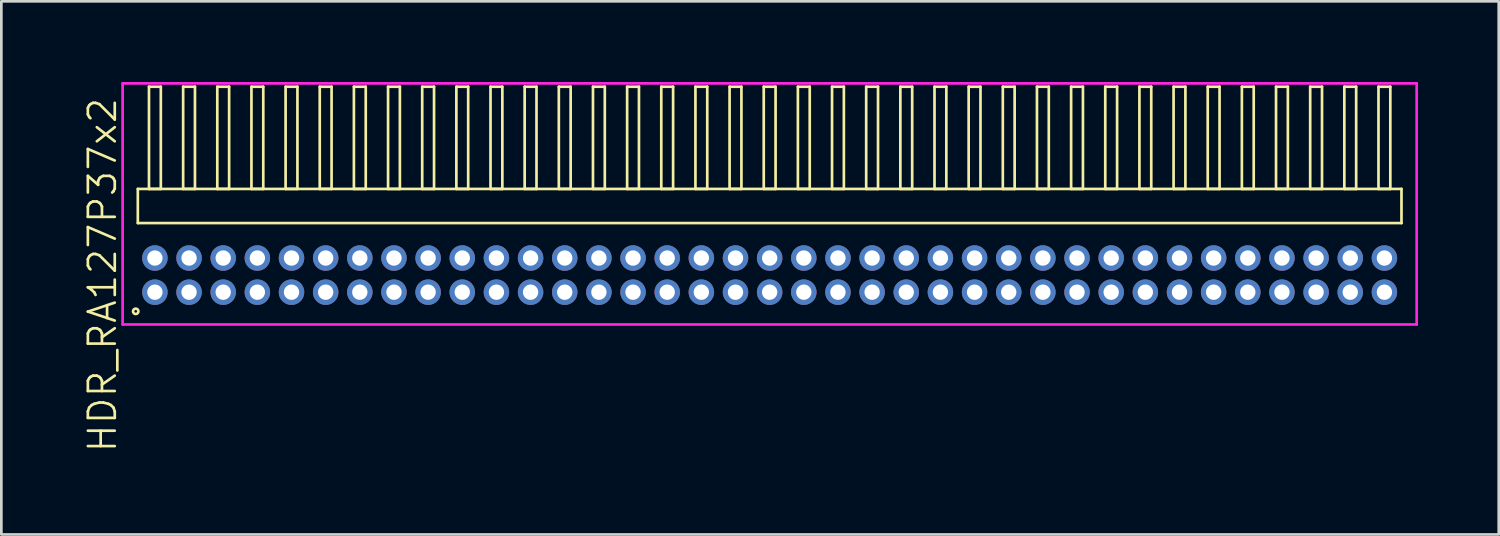
<source format=kicad_pcb>
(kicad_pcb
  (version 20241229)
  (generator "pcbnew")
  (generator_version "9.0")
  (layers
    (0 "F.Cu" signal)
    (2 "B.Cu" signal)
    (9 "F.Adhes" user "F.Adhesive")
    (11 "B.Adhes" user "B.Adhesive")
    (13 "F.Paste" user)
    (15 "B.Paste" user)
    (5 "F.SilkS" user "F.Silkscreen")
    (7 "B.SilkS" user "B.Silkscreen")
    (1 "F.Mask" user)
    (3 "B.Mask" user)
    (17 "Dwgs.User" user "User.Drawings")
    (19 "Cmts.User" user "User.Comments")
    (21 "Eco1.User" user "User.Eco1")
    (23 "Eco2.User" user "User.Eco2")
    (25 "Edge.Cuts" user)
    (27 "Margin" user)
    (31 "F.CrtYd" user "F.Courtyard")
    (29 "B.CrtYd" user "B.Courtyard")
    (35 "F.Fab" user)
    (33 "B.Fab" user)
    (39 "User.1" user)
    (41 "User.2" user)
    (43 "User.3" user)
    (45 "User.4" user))
  (footprint "HDR_RA127P37x2"
    (layer "F.Cu")
    (at 25.57 7.18)
    (property "Reference" "HDR_RA127P37x2" (at -24.81 0 90) (layer "F.SilkS") (effects (font (size 1 1) (thickness 0.1))))
    (attr through_hole)
    (fp_line (start -23.495 -3.205) (end -23.495 -1.935) (stroke (width 0.1) (type solid)) (layer "F.SilkS"))
    (fp_line (start -23.495 -1.935) (end 23.495 -1.935) (stroke (width 0.1) (type solid)) (layer "F.SilkS"))
    (fp_line (start -23.08 -7.005) (end -23.08 -3.205) (stroke (width 0.1) (type solid)) (layer "F.SilkS"))
    (fp_line (start -23.08 -3.205) (end -22.64 -3.205) (stroke (width 0.1) (type solid)) (layer "F.SilkS"))
    (fp_line (start -22.64 -7.005) (end -23.08 -7.005) (stroke (width 0.1) (type solid)) (layer "F.SilkS"))
    (fp_line (start -22.64 -3.205) (end -22.64 -7.005) (stroke (width 0.1) (type solid)) (layer "F.SilkS"))
    (fp_line (start -21.81 -7.005) (end -21.81 -3.205) (stroke (width 0.1) (type solid)) (layer "F.SilkS"))
    (fp_line (start -21.81 -3.205) (end -21.37 -3.205) (stroke (width 0.1) (type solid)) (layer "F.SilkS"))
    (fp_line (start -21.37 -7.005) (end -21.81 -7.005) (stroke (width 0.1) (type solid)) (layer "F.SilkS"))
    (fp_line (start -21.37 -3.205) (end -21.37 -7.005) (stroke (width 0.1) (type solid)) (layer "F.SilkS"))
    (fp_line (start -20.54 -7.005) (end -20.54 -3.205) (stroke (width 0.1) (type solid)) (layer "F.SilkS"))
    (fp_line (start -20.54 -3.205) (end -20.1 -3.205) (stroke (width 0.1) (type solid)) (layer "F.SilkS"))
    (fp_line (start -20.1 -7.005) (end -20.54 -7.005) (stroke (width 0.1) (type solid)) (layer "F.SilkS"))
    (fp_line (start -20.1 -3.205) (end -20.1 -7.005) (stroke (width 0.1) (type solid)) (layer "F.SilkS"))
    (fp_line (start -19.27 -7.005) (end -19.27 -3.205) (stroke (width 0.1) (type solid)) (layer "F.SilkS"))
    (fp_line (start -19.27 -3.205) (end -18.83 -3.205) (stroke (width 0.1) (type solid)) (layer "F.SilkS"))
    (fp_line (start -18.83 -7.005) (end -19.27 -7.005) (stroke (width 0.1) (type solid)) (layer "F.SilkS"))
    (fp_line (start -18.83 -3.205) (end -18.83 -7.005) (stroke (width 0.1) (type solid)) (layer "F.SilkS"))
    (fp_line (start -18 -7.005) (end -18 -3.205) (stroke (width 0.1) (type solid)) (layer "F.SilkS"))
    (fp_line (start -18 -3.205) (end -17.56 -3.205) (stroke (width 0.1) (type solid)) (layer "F.SilkS"))
    (fp_line (start -17.56 -7.005) (end -18 -7.005) (stroke (width 0.1) (type solid)) (layer "F.SilkS"))
    (fp_line (start -17.56 -3.205) (end -17.56 -7.005) (stroke (width 0.1) (type solid)) (layer "F.SilkS"))
    (fp_line (start -16.73 -7.005) (end -16.73 -3.205) (stroke (width 0.1) (type solid)) (layer "F.SilkS"))
    (fp_line (start -16.73 -3.205) (end -16.29 -3.205) (stroke (width 0.1) (type solid)) (layer "F.SilkS"))
    (fp_line (start -16.29 -7.005) (end -16.73 -7.005) (stroke (width 0.1) (type solid)) (layer "F.SilkS"))
    (fp_line (start -16.29 -3.205) (end -16.29 -7.005) (stroke (width 0.1) (type solid)) (layer "F.SilkS"))
    (fp_line (start -15.46 -7.005) (end -15.46 -3.205) (stroke (width 0.1) (type solid)) (layer "F.SilkS"))
    (fp_line (start -15.46 -3.205) (end -15.02 -3.205) (stroke (width 0.1) (type solid)) (layer "F.SilkS"))
    (fp_line (start -15.02 -7.005) (end -15.46 -7.005) (stroke (width 0.1) (type solid)) (layer "F.SilkS"))
    (fp_line (start -15.02 -3.205) (end -15.02 -7.005) (stroke (width 0.1) (type solid)) (layer "F.SilkS"))
    (fp_line (start -14.19 -7.005) (end -14.19 -3.205) (stroke (width 0.1) (type solid)) (layer "F.SilkS"))
    (fp_line (start -14.19 -3.205) (end -13.75 -3.205) (stroke (width 0.1) (type solid)) (layer "F.SilkS"))
    (fp_line (start -13.75 -7.005) (end -14.19 -7.005) (stroke (width 0.1) (type solid)) (layer "F.SilkS"))
    (fp_line (start -13.75 -3.205) (end -13.75 -7.005) (stroke (width 0.1) (type solid)) (layer "F.SilkS"))
    (fp_line (start -12.92 -7.005) (end -12.92 -3.205) (stroke (width 0.1) (type solid)) (layer "F.SilkS"))
    (fp_line (start -12.92 -3.205) (end -12.48 -3.205) (stroke (width 0.1) (type solid)) (layer "F.SilkS"))
    (fp_line (start -12.48 -7.005) (end -12.92 -7.005) (stroke (width 0.1) (type solid)) (layer "F.SilkS"))
    (fp_line (start -12.48 -3.205) (end -12.48 -7.005) (stroke (width 0.1) (type solid)) (layer "F.SilkS"))
    (fp_line (start -11.65 -7.005) (end -11.65 -3.205) (stroke (width 0.1) (type solid)) (layer "F.SilkS"))
    (fp_line (start -11.65 -3.205) (end -11.21 -3.205) (stroke (width 0.1) (type solid)) (layer "F.SilkS"))
    (fp_line (start -11.21 -7.005) (end -11.65 -7.005) (stroke (width 0.1) (type solid)) (layer "F.SilkS"))
    (fp_line (start -11.21 -3.205) (end -11.21 -7.005) (stroke (width 0.1) (type solid)) (layer "F.SilkS"))
    (fp_line (start -10.38 -7.005) (end -10.38 -3.205) (stroke (width 0.1) (type solid)) (layer "F.SilkS"))
    (fp_line (start -10.38 -3.205) (end -9.94 -3.205) (stroke (width 0.1) (type solid)) (layer "F.SilkS"))
    (fp_line (start -9.94 -7.005) (end -10.38 -7.005) (stroke (width 0.1) (type solid)) (layer "F.SilkS"))
    (fp_line (start -9.94 -3.205) (end -9.94 -7.005) (stroke (width 0.1) (type solid)) (layer "F.SilkS"))
    (fp_line (start -9.11 -7.005) (end -9.11 -3.205) (stroke (width 0.1) (type solid)) (layer "F.SilkS"))
    (fp_line (start -9.11 -3.205) (end -8.67 -3.205) (stroke (width 0.1) (type solid)) (layer "F.SilkS"))
    (fp_line (start -8.67 -7.005) (end -9.11 -7.005) (stroke (width 0.1) (type solid)) (layer "F.SilkS"))
    (fp_line (start -8.67 -3.205) (end -8.67 -7.005) (stroke (width 0.1) (type solid)) (layer "F.SilkS"))
    (fp_line (start -7.84 -7.005) (end -7.84 -3.205) (stroke (width 0.1) (type solid)) (layer "F.SilkS"))
    (fp_line (start -7.84 -3.205) (end -7.4 -3.205) (stroke (width 0.1) (type solid)) (layer "F.SilkS"))
    (fp_line (start -7.4 -7.005) (end -7.84 -7.005) (stroke (width 0.1) (type solid)) (layer "F.SilkS"))
    (fp_line (start -7.4 -3.205) (end -7.4 -7.005) (stroke (width 0.1) (type solid)) (layer "F.SilkS"))
    (fp_line (start -6.57 -7.005) (end -6.57 -3.205) (stroke (width 0.1) (type solid)) (layer "F.SilkS"))
    (fp_line (start -6.57 -3.205) (end -6.13 -3.205) (stroke (width 0.1) (type solid)) (layer "F.SilkS"))
    (fp_line (start -6.13 -7.005) (end -6.57 -7.005) (stroke (width 0.1) (type solid)) (layer "F.SilkS"))
    (fp_line (start -6.13 -3.205) (end -6.13 -7.005) (stroke (width 0.1) (type solid)) (layer "F.SilkS"))
    (fp_line (start -5.3 -7.005) (end -5.3 -3.205) (stroke (width 0.1) (type solid)) (layer "F.SilkS"))
    (fp_line (start -5.3 -3.205) (end -4.86 -3.205) (stroke (width 0.1) (type solid)) (layer "F.SilkS"))
    (fp_line (start -4.86 -7.005) (end -5.3 -7.005) (stroke (width 0.1) (type solid)) (layer "F.SilkS"))
    (fp_line (start -4.86 -3.205) (end -4.86 -7.005) (stroke (width 0.1) (type solid)) (layer "F.SilkS"))
    (fp_line (start -4.03 -7.005) (end -4.03 -3.205) (stroke (width 0.1) (type solid)) (layer "F.SilkS"))
    (fp_line (start -4.03 -3.205) (end -3.59 -3.205) (stroke (width 0.1) (type solid)) (layer "F.SilkS"))
    (fp_line (start -3.59 -7.005) (end -4.03 -7.005) (stroke (width 0.1) (type solid)) (layer "F.SilkS"))
    (fp_line (start -3.59 -3.205) (end -3.59 -7.005) (stroke (width 0.1) (type solid)) (layer "F.SilkS"))
    (fp_line (start -2.76 -7.005) (end -2.76 -3.205) (stroke (width 0.1) (type solid)) (layer "F.SilkS"))
    (fp_line (start -2.76 -3.205) (end -2.32 -3.205) (stroke (width 0.1) (type solid)) (layer "F.SilkS"))
    (fp_line (start -2.32 -7.005) (end -2.76 -7.005) (stroke (width 0.1) (type solid)) (layer "F.SilkS"))
    (fp_line (start -2.32 -3.205) (end -2.32 -7.005) (stroke (width 0.1) (type solid)) (layer "F.SilkS"))
    (fp_line (start -1.49 -7.005) (end -1.49 -3.205) (stroke (width 0.1) (type solid)) (layer "F.SilkS"))
    (fp_line (start -1.49 -3.205) (end -1.05 -3.205) (stroke (width 0.1) (type solid)) (layer "F.SilkS"))
    (fp_line (start -1.05 -7.005) (end -1.49 -7.005) (stroke (width 0.1) (type solid)) (layer "F.SilkS"))
    (fp_line (start -1.05 -3.205) (end -1.05 -7.005) (stroke (width 0.1) (type solid)) (layer "F.SilkS"))
    (fp_line (start -0.22 -7.005) (end -0.22 -3.205) (stroke (width 0.1) (type solid)) (layer "F.SilkS"))
    (fp_line (start -0.22 -3.205) (end 0.22 -3.205) (stroke (width 0.1) (type solid)) (layer "F.SilkS"))
    (fp_line (start 0.22 -7.005) (end -0.22 -7.005) (stroke (width 0.1) (type solid)) (layer "F.SilkS"))
    (fp_line (start 0.22 -3.205) (end 0.22 -7.005) (stroke (width 0.1) (type solid)) (layer "F.SilkS"))
    (fp_line (start 1.05 -7.005) (end 1.05 -3.205) (stroke (width 0.1) (type solid)) (layer "F.SilkS"))
    (fp_line (start 1.05 -3.205) (end 1.49 -3.205) (stroke (width 0.1) (type solid)) (layer "F.SilkS"))
    (fp_line (start 1.49 -7.005) (end 1.05 -7.005) (stroke (width 0.1) (type solid)) (layer "F.SilkS"))
    (fp_line (start 1.49 -3.205) (end 1.49 -7.005) (stroke (width 0.1) (type solid)) (layer "F.SilkS"))
    (fp_line (start 2.32 -7.005) (end 2.32 -3.205) (stroke (width 0.1) (type solid)) (layer "F.SilkS"))
    (fp_line (start 2.32 -3.205) (end 2.76 -3.205) (stroke (width 0.1) (type solid)) (layer "F.SilkS"))
    (fp_line (start 2.76 -7.005) (end 2.32 -7.005) (stroke (width 0.1) (type solid)) (layer "F.SilkS"))
    (fp_line (start 2.76 -3.205) (end 2.76 -7.005) (stroke (width 0.1) (type solid)) (layer "F.SilkS"))
    (fp_line (start 3.59 -7.005) (end 3.59 -3.205) (stroke (width 0.1) (type solid)) (layer "F.SilkS"))
    (fp_line (start 3.59 -3.205) (end 4.03 -3.205) (stroke (width 0.1) (type solid)) (layer "F.SilkS"))
    (fp_line (start 4.03 -7.005) (end 3.59 -7.005) (stroke (width 0.1) (type solid)) (layer "F.SilkS"))
    (fp_line (start 4.03 -3.205) (end 4.03 -7.005) (stroke (width 0.1) (type solid)) (layer "F.SilkS"))
    (fp_line (start 4.86 -7.005) (end 4.86 -3.205) (stroke (width 0.1) (type solid)) (layer "F.SilkS"))
    (fp_line (start 4.86 -3.205) (end 5.3 -3.205) (stroke (width 0.1) (type solid)) (layer "F.SilkS"))
    (fp_line (start 5.3 -7.005) (end 4.86 -7.005) (stroke (width 0.1) (type solid)) (layer "F.SilkS"))
    (fp_line (start 5.3 -3.205) (end 5.3 -7.005) (stroke (width 0.1) (type solid)) (layer "F.SilkS"))
    (fp_line (start 6.13 -7.005) (end 6.13 -3.205) (stroke (width 0.1) (type solid)) (layer "F.SilkS"))
    (fp_line (start 6.13 -3.205) (end 6.57 -3.205) (stroke (width 0.1) (type solid)) (layer "F.SilkS"))
    (fp_line (start 6.57 -7.005) (end 6.13 -7.005) (stroke (width 0.1) (type solid)) (layer "F.SilkS"))
    (fp_line (start 6.57 -3.205) (end 6.57 -7.005) (stroke (width 0.1) (type solid)) (layer "F.SilkS"))
    (fp_line (start 7.4 -7.005) (end 7.4 -3.205) (stroke (width 0.1) (type solid)) (layer "F.SilkS"))
    (fp_line (start 7.4 -3.205) (end 7.84 -3.205) (stroke (width 0.1) (type solid)) (layer "F.SilkS"))
    (fp_line (start 7.84 -7.005) (end 7.4 -7.005) (stroke (width 0.1) (type solid)) (layer "F.SilkS"))
    (fp_line (start 7.84 -3.205) (end 7.84 -7.005) (stroke (width 0.1) (type solid)) (layer "F.SilkS"))
    (fp_line (start 8.67 -7.005) (end 8.67 -3.205) (stroke (width 0.1) (type solid)) (layer "F.SilkS"))
    (fp_line (start 8.67 -3.205) (end 9.11 -3.205) (stroke (width 0.1) (type solid)) (layer "F.SilkS"))
    (fp_line (start 9.11 -7.005) (end 8.67 -7.005) (stroke (width 0.1) (type solid)) (layer "F.SilkS"))
    (fp_line (start 9.11 -3.205) (end 9.11 -7.005) (stroke (width 0.1) (type solid)) (layer "F.SilkS"))
    (fp_line (start 9.94 -7.005) (end 9.94 -3.205) (stroke (width 0.1) (type solid)) (layer "F.SilkS"))
    (fp_line (start 9.94 -3.205) (end 10.38 -3.205) (stroke (width 0.1) (type solid)) (layer "F.SilkS"))
    (fp_line (start 10.38 -7.005) (end 9.94 -7.005) (stroke (width 0.1) (type solid)) (layer "F.SilkS"))
    (fp_line (start 10.38 -3.205) (end 10.38 -7.005) (stroke (width 0.1) (type solid)) (layer "F.SilkS"))
    (fp_line (start 11.21 -7.005) (end 11.21 -3.205) (stroke (width 0.1) (type solid)) (layer "F.SilkS"))
    (fp_line (start 11.21 -3.205) (end 11.65 -3.205) (stroke (width 0.1) (type solid)) (layer "F.SilkS"))
    (fp_line (start 11.65 -7.005) (end 11.21 -7.005) (stroke (width 0.1) (type solid)) (layer "F.SilkS"))
    (fp_line (start 11.65 -3.205) (end 11.65 -7.005) (stroke (width 0.1) (type solid)) (layer "F.SilkS"))
    (fp_line (start 12.48 -7.005) (end 12.48 -3.205) (stroke (width 0.1) (type solid)) (layer "F.SilkS"))
    (fp_line (start 12.48 -3.205) (end 12.92 -3.205) (stroke (width 0.1) (type solid)) (layer "F.SilkS"))
    (fp_line (start 12.92 -7.005) (end 12.48 -7.005) (stroke (width 0.1) (type solid)) (layer "F.SilkS"))
    (fp_line (start 12.92 -3.205) (end 12.92 -7.005) (stroke (width 0.1) (type solid)) (layer "F.SilkS"))
    (fp_line (start 13.75 -7.005) (end 13.75 -3.205) (stroke (width 0.1) (type solid)) (layer "F.SilkS"))
    (fp_line (start 13.75 -3.205) (end 14.19 -3.205) (stroke (width 0.1) (type solid)) (layer "F.SilkS"))
    (fp_line (start 14.19 -7.005) (end 13.75 -7.005) (stroke (width 0.1) (type solid)) (layer "F.SilkS"))
    (fp_line (start 14.19 -3.205) (end 14.19 -7.005) (stroke (width 0.1) (type solid)) (layer "F.SilkS"))
    (fp_line (start 15.02 -7.005) (end 15.02 -3.205) (stroke (width 0.1) (type solid)) (layer "F.SilkS"))
    (fp_line (start 15.02 -3.205) (end 15.46 -3.205) (stroke (width 0.1) (type solid)) (layer "F.SilkS"))
    (fp_line (start 15.46 -7.005) (end 15.02 -7.005) (stroke (width 0.1) (type solid)) (layer "F.SilkS"))
    (fp_line (start 15.46 -3.205) (end 15.46 -7.005) (stroke (width 0.1) (type solid)) (layer "F.SilkS"))
    (fp_line (start 16.29 -7.005) (end 16.29 -3.205) (stroke (width 0.1) (type solid)) (layer "F.SilkS"))
    (fp_line (start 16.29 -3.205) (end 16.73 -3.205) (stroke (width 0.1) (type solid)) (layer "F.SilkS"))
    (fp_line (start 16.73 -7.005) (end 16.29 -7.005) (stroke (width 0.1) (type solid)) (layer "F.SilkS"))
    (fp_line (start 16.73 -3.205) (end 16.73 -7.005) (stroke (width 0.1) (type solid)) (layer "F.SilkS"))
    (fp_line (start 17.56 -7.005) (end 17.56 -3.205) (stroke (width 0.1) (type solid)) (layer "F.SilkS"))
    (fp_line (start 17.56 -3.205) (end 18 -3.205) (stroke (width 0.1) (type solid)) (layer "F.SilkS"))
    (fp_line (start 18 -7.005) (end 17.56 -7.005) (stroke (width 0.1) (type solid)) (layer "F.SilkS"))
    (fp_line (start 18 -3.205) (end 18 -7.005) (stroke (width 0.1) (type solid)) (layer "F.SilkS"))
    (fp_line (start 18.83 -7.005) (end 18.83 -3.205) (stroke (width 0.1) (type solid)) (layer "F.SilkS"))
    (fp_line (start 18.83 -3.205) (end 19.27 -3.205) (stroke (width 0.1) (type solid)) (layer "F.SilkS"))
    (fp_line (start 19.27 -7.005) (end 18.83 -7.005) (stroke (width 0.1) (type solid)) (layer "F.SilkS"))
    (fp_line (start 19.27 -3.205) (end 19.27 -7.005) (stroke (width 0.1) (type solid)) (layer "F.SilkS"))
    (fp_line (start 20.1 -7.005) (end 20.1 -3.205) (stroke (width 0.1) (type solid)) (layer "F.SilkS"))
    (fp_line (start 20.1 -3.205) (end 20.54 -3.205) (stroke (width 0.1) (type solid)) (layer "F.SilkS"))
    (fp_line (start 20.54 -7.005) (end 20.1 -7.005) (stroke (width 0.1) (type solid)) (layer "F.SilkS"))
    (fp_line (start 20.54 -3.205) (end 20.54 -7.005) (stroke (width 0.1) (type solid)) (layer "F.SilkS"))
    (fp_line (start 21.37 -7.005) (end 21.37 -3.205) (stroke (width 0.1) (type solid)) (layer "F.SilkS"))
    (fp_line (start 21.37 -3.205) (end 21.81 -3.205) (stroke (width 0.1) (type solid)) (layer "F.SilkS"))
    (fp_line (start 21.81 -7.005) (end 21.37 -7.005) (stroke (width 0.1) (type solid)) (layer "F.SilkS"))
    (fp_line (start 21.81 -3.205) (end 21.81 -7.005) (stroke (width 0.1) (type solid)) (layer "F.SilkS"))
    (fp_line (start 22.64 -7.005) (end 22.64 -3.205) (stroke (width 0.1) (type solid)) (layer "F.SilkS"))
    (fp_line (start 22.64 -3.205) (end 23.08 -3.205) (stroke (width 0.1) (type solid)) (layer "F.SilkS"))
    (fp_line (start 23.08 -7.005) (end 22.64 -7.005) (stroke (width 0.1) (type solid)) (layer "F.SilkS"))
    (fp_line (start 23.08 -3.205) (end 23.08 -7.005) (stroke (width 0.1) (type solid)) (layer "F.SilkS"))
    (fp_line (start 23.495 -3.205) (end -23.495 -3.205) (stroke (width 0.1) (type solid)) (layer "F.SilkS"))
    (fp_line (start 23.495 -1.935) (end 23.495 -3.205) (stroke (width 0.1) (type solid)) (layer "F.SilkS"))
    (fp_circle (center -23.573 1.347) (end -23.473 1.347) (stroke (width 0.1) (type solid)) (fill no) (layer "F.SilkS"))
    (fp_line (start -24.06 -7.13) (end -24.06 1.835) (stroke (width 0.1) (type solid)) (layer "F.CrtYd"))
    (fp_line (start -24.06 1.835) (end 24.06 1.835) (stroke (width 0.1) (type solid)) (layer "F.CrtYd"))
    (fp_line (start 24.06 -7.13) (end -24.06 -7.13) (stroke (width 0.1) (type solid)) (layer "F.CrtYd"))
    (fp_line (start 24.06 1.835) (end 24.06 -7.13) (stroke (width 0.1) (type solid)) (layer "F.CrtYd"))
    (pad "1" thru_hole oval (at -22.86 0.635) (size 0.95 0.95) (drill 0.57) (layers "*.Cu" "*.Mask"))
    (pad "2" thru_hole oval (at -22.86 -0.635) (size 0.95 0.95) (drill 0.57) (layers "*.Cu" "*.Mask"))
    (pad "3" thru_hole oval (at -21.59 0.635) (size 0.95 0.95) (drill 0.57) (layers "*.Cu" "*.Mask"))
    (pad "4" thru_hole oval (at -21.59 -0.635) (size 0.95 0.95) (drill 0.57) (layers "*.Cu" "*.Mask"))
    (pad "5" thru_hole oval (at -20.32 0.635) (size 0.95 0.95) (drill 0.57) (layers "*.Cu" "*.Mask"))
    (pad "6" thru_hole oval (at -20.32 -0.635) (size 0.95 0.95) (drill 0.57) (layers "*.Cu" "*.Mask"))
    (pad "7" thru_hole oval (at -19.05 0.635) (size 0.95 0.95) (drill 0.57) (layers "*.Cu" "*.Mask"))
    (pad "8" thru_hole oval (at -19.05 -0.635) (size 0.95 0.95) (drill 0.57) (layers "*.Cu" "*.Mask"))
    (pad "9" thru_hole oval (at -17.78 0.635) (size 0.95 0.95) (drill 0.57) (layers "*.Cu" "*.Mask"))
    (pad "10" thru_hole oval (at -17.78 -0.635) (size 0.95 0.95) (drill 0.57) (layers "*.Cu" "*.Mask"))
    (pad "11" thru_hole oval (at -16.51 0.635) (size 0.95 0.95) (drill 0.57) (layers "*.Cu" "*.Mask"))
    (pad "12" thru_hole oval (at -16.51 -0.635) (size 0.95 0.95) (drill 0.57) (layers "*.Cu" "*.Mask"))
    (pad "13" thru_hole oval (at -15.24 0.635) (size 0.95 0.95) (drill 0.57) (layers "*.Cu" "*.Mask"))
    (pad "14" thru_hole oval (at -15.24 -0.635) (size 0.95 0.95) (drill 0.57) (layers "*.Cu" "*.Mask"))
    (pad "15" thru_hole oval (at -13.97 0.635) (size 0.95 0.95) (drill 0.57) (layers "*.Cu" "*.Mask"))
    (pad "16" thru_hole oval (at -13.97 -0.635) (size 0.95 0.95) (drill 0.57) (layers "*.Cu" "*.Mask"))
    (pad "17" thru_hole oval (at -12.7 0.635) (size 0.95 0.95) (drill 0.57) (layers "*.Cu" "*.Mask"))
    (pad "18" thru_hole oval (at -12.7 -0.635) (size 0.95 0.95) (drill 0.57) (layers "*.Cu" "*.Mask"))
    (pad "19" thru_hole oval (at -11.43 0.635) (size 0.95 0.95) (drill 0.57) (layers "*.Cu" "*.Mask"))
    (pad "20" thru_hole oval (at -11.43 -0.635) (size 0.95 0.95) (drill 0.57) (layers "*.Cu" "*.Mask"))
    (pad "21" thru_hole oval (at -10.16 0.635) (size 0.95 0.95) (drill 0.57) (layers "*.Cu" "*.Mask"))
    (pad "22" thru_hole oval (at -10.16 -0.635) (size 0.95 0.95) (drill 0.57) (layers "*.Cu" "*.Mask"))
    (pad "23" thru_hole oval (at -8.89 0.635) (size 0.95 0.95) (drill 0.57) (layers "*.Cu" "*.Mask"))
    (pad "24" thru_hole oval (at -8.89 -0.635) (size 0.95 0.95) (drill 0.57) (layers "*.Cu" "*.Mask"))
    (pad "25" thru_hole oval (at -7.62 0.635) (size 0.95 0.95) (drill 0.57) (layers "*.Cu" "*.Mask"))
    (pad "26" thru_hole oval (at -7.62 -0.635) (size 0.95 0.95) (drill 0.57) (layers "*.Cu" "*.Mask"))
    (pad "27" thru_hole oval (at -6.35 0.635) (size 0.95 0.95) (drill 0.57) (layers "*.Cu" "*.Mask"))
    (pad "28" thru_hole oval (at -6.35 -0.635) (size 0.95 0.95) (drill 0.57) (layers "*.Cu" "*.Mask"))
    (pad "29" thru_hole oval (at -5.08 0.635) (size 0.95 0.95) (drill 0.57) (layers "*.Cu" "*.Mask"))
    (pad "30" thru_hole oval (at -5.08 -0.635) (size 0.95 0.95) (drill 0.57) (layers "*.Cu" "*.Mask"))
    (pad "31" thru_hole oval (at -3.81 0.635) (size 0.95 0.95) (drill 0.57) (layers "*.Cu" "*.Mask"))
    (pad "32" thru_hole oval (at -3.81 -0.635) (size 0.95 0.95) (drill 0.57) (layers "*.Cu" "*.Mask"))
    (pad "33" thru_hole oval (at -2.54 0.635) (size 0.95 0.95) (drill 0.57) (layers "*.Cu" "*.Mask"))
    (pad "34" thru_hole oval (at -2.54 -0.635) (size 0.95 0.95) (drill 0.57) (layers "*.Cu" "*.Mask"))
    (pad "35" thru_hole oval (at -1.27 0.635) (size 0.95 0.95) (drill 0.57) (layers "*.Cu" "*.Mask"))
    (pad "36" thru_hole oval (at -1.27 -0.635) (size 0.95 0.95) (drill 0.57) (layers "*.Cu" "*.Mask"))
    (pad "37" thru_hole oval (at 0 0.635) (size 0.95 0.95) (drill 0.57) (layers "*.Cu" "*.Mask"))
    (pad "38" thru_hole oval (at 0 -0.635) (size 0.95 0.95) (drill 0.57) (layers "*.Cu" "*.Mask"))
    (pad "39" thru_hole oval (at 1.27 0.635) (size 0.95 0.95) (drill 0.57) (layers "*.Cu" "*.Mask"))
    (pad "40" thru_hole oval (at 1.27 -0.635) (size 0.95 0.95) (drill 0.57) (layers "*.Cu" "*.Mask"))
    (pad "41" thru_hole oval (at 2.54 0.635) (size 0.95 0.95) (drill 0.57) (layers "*.Cu" "*.Mask"))
    (pad "42" thru_hole oval (at 2.54 -0.635) (size 0.95 0.95) (drill 0.57) (layers "*.Cu" "*.Mask"))
    (pad "43" thru_hole oval (at 3.81 0.635) (size 0.95 0.95) (drill 0.57) (layers "*.Cu" "*.Mask"))
    (pad "44" thru_hole oval (at 3.81 -0.635) (size 0.95 0.95) (drill 0.57) (layers "*.Cu" "*.Mask"))
    (pad "45" thru_hole oval (at 5.08 0.635) (size 0.95 0.95) (drill 0.57) (layers "*.Cu" "*.Mask"))
    (pad "46" thru_hole oval (at 5.08 -0.635) (size 0.95 0.95) (drill 0.57) (layers "*.Cu" "*.Mask"))
    (pad "47" thru_hole oval (at 6.35 0.635) (size 0.95 0.95) (drill 0.57) (layers "*.Cu" "*.Mask"))
    (pad "48" thru_hole oval (at 6.35 -0.635) (size 0.95 0.95) (drill 0.57) (layers "*.Cu" "*.Mask"))
    (pad "49" thru_hole oval (at 7.62 0.635) (size 0.95 0.95) (drill 0.57) (layers "*.Cu" "*.Mask"))
    (pad "50" thru_hole oval (at 7.62 -0.635) (size 0.95 0.95) (drill 0.57) (layers "*.Cu" "*.Mask"))
    (pad "51" thru_hole oval (at 8.89 0.635) (size 0.95 0.95) (drill 0.57) (layers "*.Cu" "*.Mask"))
    (pad "52" thru_hole oval (at 8.89 -0.635) (size 0.95 0.95) (drill 0.57) (layers "*.Cu" "*.Mask"))
    (pad "53" thru_hole oval (at 10.16 0.635) (size 0.95 0.95) (drill 0.57) (layers "*.Cu" "*.Mask"))
    (pad "54" thru_hole oval (at 10.16 -0.635) (size 0.95 0.95) (drill 0.57) (layers "*.Cu" "*.Mask"))
    (pad "55" thru_hole oval (at 11.43 0.635) (size 0.95 0.95) (drill 0.57) (layers "*.Cu" "*.Mask"))
    (pad "56" thru_hole oval (at 11.43 -0.635) (size 0.95 0.95) (drill 0.57) (layers "*.Cu" "*.Mask"))
    (pad "57" thru_hole oval (at 12.7 0.635) (size 0.95 0.95) (drill 0.57) (layers "*.Cu" "*.Mask"))
    (pad "58" thru_hole oval (at 12.7 -0.635) (size 0.95 0.95) (drill 0.57) (layers "*.Cu" "*.Mask"))
    (pad "59" thru_hole oval (at 13.97 0.635) (size 0.95 0.95) (drill 0.57) (layers "*.Cu" "*.Mask"))
    (pad "60" thru_hole oval (at 13.97 -0.635) (size 0.95 0.95) (drill 0.57) (layers "*.Cu" "*.Mask"))
    (pad "61" thru_hole oval (at 15.24 0.635) (size 0.95 0.95) (drill 0.57) (layers "*.Cu" "*.Mask"))
    (pad "62" thru_hole oval (at 15.24 -0.635) (size 0.95 0.95) (drill 0.57) (layers "*.Cu" "*.Mask"))
    (pad "63" thru_hole oval (at 16.51 0.635) (size 0.95 0.95) (drill 0.57) (layers "*.Cu" "*.Mask"))
    (pad "64" thru_hole oval (at 16.51 -0.635) (size 0.95 0.95) (drill 0.57) (layers "*.Cu" "*.Mask"))
    (pad "65" thru_hole oval (at 17.78 0.635) (size 0.95 0.95) (drill 0.57) (layers "*.Cu" "*.Mask"))
    (pad "66" thru_hole oval (at 17.78 -0.635) (size 0.95 0.95) (drill 0.57) (layers "*.Cu" "*.Mask"))
    (pad "67" thru_hole oval (at 19.05 0.635) (size 0.95 0.95) (drill 0.57) (layers "*.Cu" "*.Mask"))
    (pad "68" thru_hole oval (at 19.05 -0.635) (size 0.95 0.95) (drill 0.57) (layers "*.Cu" "*.Mask"))
    (pad "69" thru_hole oval (at 20.32 0.635) (size 0.95 0.95) (drill 0.57) (layers "*.Cu" "*.Mask"))
    (pad "70" thru_hole oval (at 20.32 -0.635) (size 0.95 0.95) (drill 0.57) (layers "*.Cu" "*.Mask"))
    (pad "71" thru_hole oval (at 21.59 0.635) (size 0.95 0.95) (drill 0.57) (layers "*.Cu" "*.Mask"))
    (pad "72" thru_hole oval (at 21.59 -0.635) (size 0.95 0.95) (drill 0.57) (layers "*.Cu" "*.Mask"))
    (pad "73" thru_hole oval (at 22.86 0.635) (size 0.95 0.95) (drill 0.57) (layers "*.Cu" "*.Mask"))
    (pad "74" thru_hole oval (at 22.86 -0.635) (size 0.95 0.95) (drill 0.57) (layers "*.Cu" "*.Mask")))
  (gr_rect
    (start -3 -3)
    (end 52.681 16.825)
    (stroke (width 0.1) (type default))
    (fill no)
    (layer "Edge.Cuts")))
</source>
